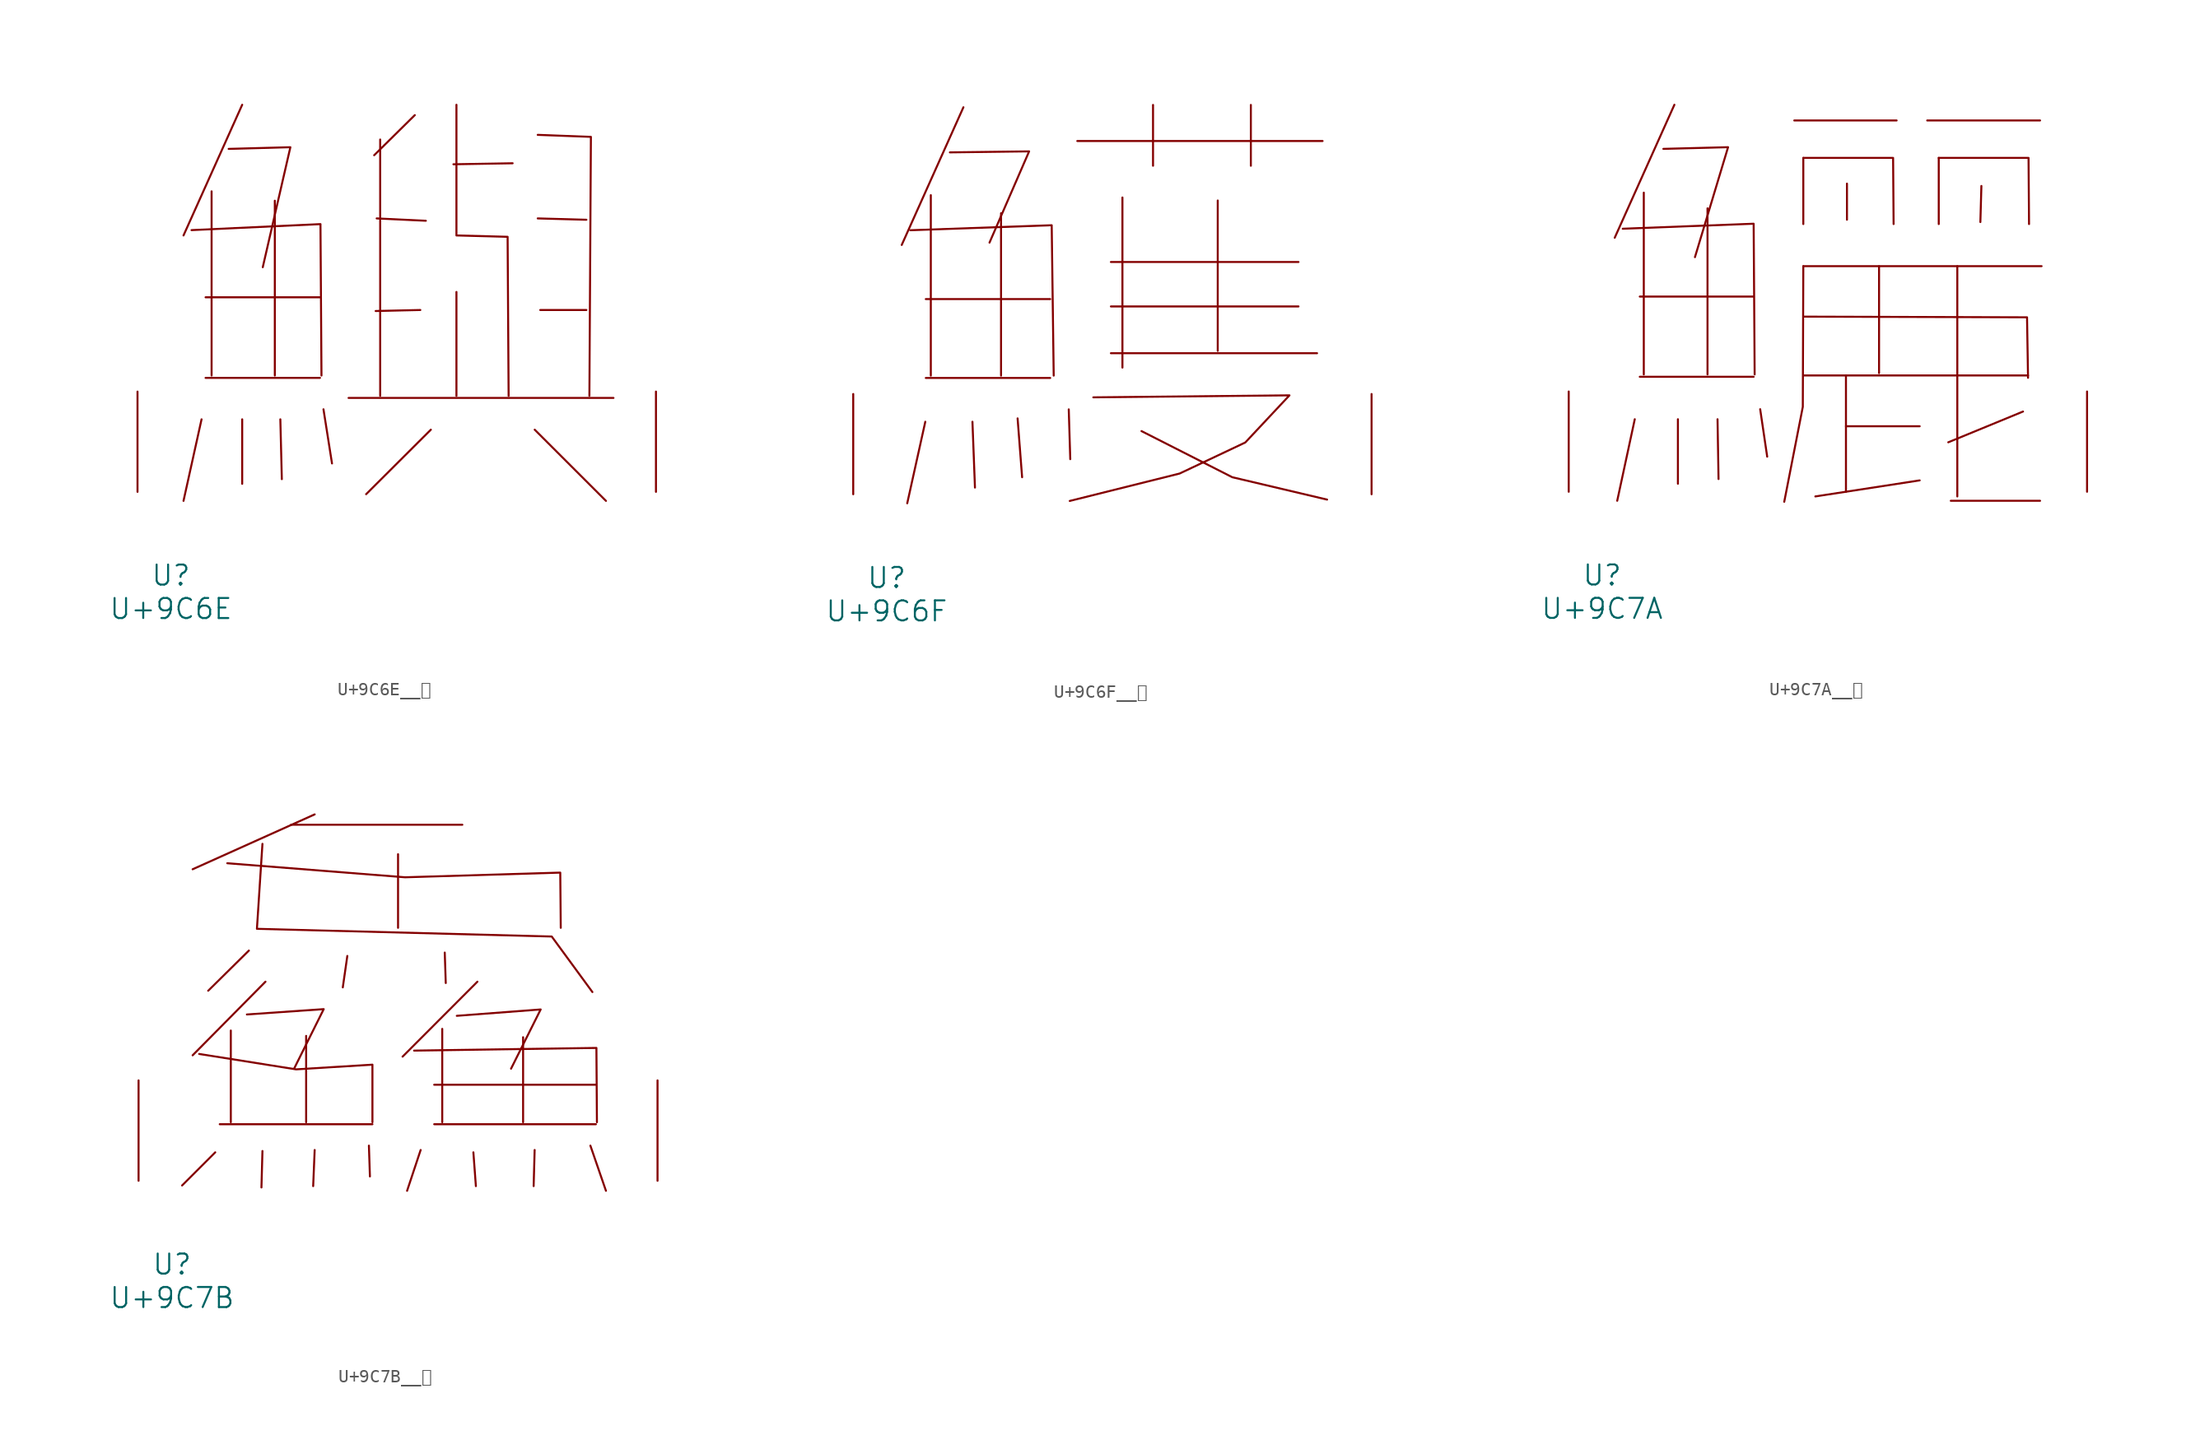
<source format=kicad_sym>
(kicad_symbol_lib
  (version 20231120)
  (generator "kicad_symbol_editor")
  (generator_version "8.0")
  (symbol "U+9C6E__鱮"
    (pin_names
      (offset 1.016))
    (property "Reference" "U"
      (at 0 -6.35 0)
      (effects (font (size 1.524 1.524))))
    (property "Value" "U+9C6E"
      (at 0 -8.89 0)
      (effects (font (size 1.524 1.524))))
    (symbol "U+9C6E__鱮_0_1"
      (polyline (pts (xy 2.324 5.512) (xy 0.953 -0.686)) (stroke (width 0) (type solid)) (fill (type none)))
      (polyline (pts (xy 2.629 8.661) (xy 11.316 8.661)) (stroke (width 0) (type solid)) (fill (type none)))
      (polyline (pts (xy 2.629 14.783) (xy 11.316 14.783)) (stroke (width 0) (type solid)) (fill (type none)))
      (polyline (pts (xy 3.086 22.835) (xy 3.086 8.839)) (stroke (width 0) (type solid)) (fill (type none)))
      (polyline (pts (xy 5.41 5.512) (xy 5.41 0.61)) (stroke (width 0) (type solid)) (fill (type none)))
      (polyline (pts (xy 5.41 29.413) (xy 0.953 19.482)) (stroke (width 0) (type solid)) (fill (type none)))
      (polyline (pts (xy 7.887 22.123) (xy 7.887 8.839)) (stroke (width 0) (type solid)) (fill (type none)))
      (polyline (pts (xy 8.306 5.512) (xy 8.42 0.965)) (stroke (width 0) (type solid)) (fill (type none)))
      (polyline (pts (xy 11.582 6.274) (xy 12.23 2.159)) (stroke (width 0) (type solid)) (fill (type none)))
      (polyline (pts (xy 13.487 7.137) (xy 33.604 7.137)) (stroke (width 0) (type solid)) (fill (type none)))
      (polyline (pts (xy 15.621 20.777) (xy 19.355 20.599)) (stroke (width 0) (type solid)) (fill (type none)))
      (polyline (pts (xy 15.888 26.772) (xy 15.888 7.29)) (stroke (width 0) (type solid)) (fill (type none)))
      (polyline (pts (xy 18.517 28.626) (xy 15.431 25.578)) (stroke (width 0) (type solid)) (fill (type none)))
      (polyline (pts (xy 18.936 13.818) (xy 15.545 13.741)) (stroke (width 0) (type solid)) (fill (type none)))
      (polyline (pts (xy 19.736 4.724) (xy 14.821 -0.178)) (stroke (width 0) (type solid)) (fill (type none)))
      (polyline (pts (xy 21.679 15.189) (xy 21.679 7.29)) (stroke (width 0) (type solid)) (fill (type none)))
      (polyline (pts (xy 25.946 24.968) (xy 21.45 24.892)) (stroke (width 0) (type solid)) (fill (type none)))
      (polyline (pts (xy 27.622 4.724) (xy 33.033 -0.686)) (stroke (width 0) (type solid)) (fill (type none)))
      (polyline (pts (xy 28.042 13.818) (xy 31.547 13.818)) (stroke (width 0) (type solid)) (fill (type none)))
      (polyline (pts (xy 31.547 20.676) (xy 27.851 20.777)) (stroke (width 0) (type solid)) (fill (type none)))
      (polyline (pts (xy 1.562 19.888) (xy 11.354 20.345) (xy 11.43 8.839)) (stroke (width 0) (type solid)) (fill (type none)))
      (polyline (pts (xy 4.381 26.06) (xy 9.068 26.187) (xy 6.972 17.069)) (stroke (width 0) (type solid)) (fill (type none)))
      (polyline (pts (xy 27.851 27.127) (xy 31.89 26.975) (xy 31.775 7.29)) (stroke (width 0) (type solid)) (fill (type none)))
      (polyline (pts (xy 21.679 29.413) (xy 21.679 19.482) (xy 25.565 19.38) (xy 25.641 7.29)) (stroke (width 0) (type solid)) (fill (type none)))
      (pin input line (at -2.54 0 90) (length 7.62) (name "~" (effects (font (size 1.27 1.27)))) (number "~" (effects (font (size 1.27 1.27)))))
      (pin input line (at 36.83 0 90) (length 7.62) (name "~" (effects (font (size 1.27 1.27)))) (number "~" (effects (font (size 1.27 1.27)))))))
  (symbol "U+9C6F__鱯"
    (pin_names
      (offset 1.016))
    (property "Reference" "U"
      (at 0 -6.35 0)
      (effects (font (size 1.524 1.524))))
    (property "Value" "U+9C6F"
      (at 0 -8.89 0)
      (effects (font (size 1.524 1.524))))
    (symbol "U+9C6F__鱯_0_1"
      (polyline (pts (xy 2.934 5.512) (xy 1.562 -0.686)) (stroke (width 0) (type solid)) (fill (type none)))
      (polyline (pts (xy 2.972 8.839) (xy 12.421 8.839)) (stroke (width 0) (type solid)) (fill (type none)))
      (polyline (pts (xy 2.972 14.834) (xy 12.421 14.834)) (stroke (width 0) (type solid)) (fill (type none)))
      (polyline (pts (xy 3.353 22.733) (xy 3.353 9.017)) (stroke (width 0) (type solid)) (fill (type none)))
      (polyline (pts (xy 5.829 29.413) (xy 1.143 18.948)) (stroke (width 0) (type solid)) (fill (type none)))
      (polyline (pts (xy 6.515 5.512) (xy 6.706 0.508)) (stroke (width 0) (type solid)) (fill (type none)))
      (polyline (pts (xy 8.687 21.361) (xy 8.687 9.017)) (stroke (width 0) (type solid)) (fill (type none)))
      (polyline (pts (xy 9.944 5.766) (xy 10.287 1.295)) (stroke (width 0) (type solid)) (fill (type none)))
      (polyline (pts (xy 13.83 6.452) (xy 13.945 2.667)) (stroke (width 0) (type solid)) (fill (type none)))
      (polyline (pts (xy 14.478 26.848) (xy 33.109 26.848)) (stroke (width 0) (type solid)) (fill (type none)))
      (polyline (pts (xy 17.031 10.719) (xy 32.69 10.719)) (stroke (width 0) (type solid)) (fill (type none)))
      (polyline (pts (xy 17.031 14.275) (xy 31.28 14.275)) (stroke (width 0) (type solid)) (fill (type none)))
      (polyline (pts (xy 17.031 17.653) (xy 31.28 17.653)) (stroke (width 0) (type solid)) (fill (type none)))
      (polyline (pts (xy 17.907 22.555) (xy 17.907 9.627)) (stroke (width 0) (type solid)) (fill (type none)))
      (polyline (pts (xy 20.231 29.591) (xy 20.231 24.968)) (stroke (width 0) (type solid)) (fill (type none)))
      (polyline (pts (xy 25.146 22.327) (xy 25.146 10.897)) (stroke (width 0) (type solid)) (fill (type none)))
      (polyline (pts (xy 27.661 29.591) (xy 27.661 24.968)) (stroke (width 0) (type solid)) (fill (type none)))
      (polyline (pts (xy 1.791 20.066) (xy 12.535 20.447) (xy 12.687 9.017)) (stroke (width 0) (type solid)) (fill (type none)))
      (polyline (pts (xy 4.801 25.984) (xy 10.82 26.06) (xy 7.811 19.126)) (stroke (width 0) (type solid)) (fill (type none)))
      (polyline (pts (xy 19.355 4.801) (xy 26.251 1.295) (xy 33.452 -0.406)) (stroke (width 0) (type solid)) (fill (type none)))
      (polyline (pts (xy 15.697 7.366) (xy 30.594 7.518) (xy 27.241 3.937) (xy 22.25 1.575) (xy 13.906 -0.508)) (stroke (width 0) (type solid)) (fill (type none)))
      (pin input line (at -2.54 0 90) (length 7.62) (name "~" (effects (font (size 1.27 1.27)))) (number "~" (effects (font (size 1.27 1.27)))))
      (pin input line (at 36.83 0 90) (length 7.62) (name "~" (effects (font (size 1.27 1.27)))) (number "~" (effects (font (size 1.27 1.27)))))))
  (symbol "U+9C7A__鱺"
    (pin_names
      (offset 1.016))
    (property "Reference" "U"
      (at 0 -6.35 0)
      (effects (font (size 1.524 1.524))))
    (property "Value" "U+9C7A"
      (at 0 -8.89 0)
      (effects (font (size 1.524 1.524))))
    (symbol "U+9C7A__鱺_0_1"
      (polyline (pts (xy 2.477 5.512) (xy 1.143 -0.686)) (stroke (width 0) (type solid)) (fill (type none)))
      (polyline (pts (xy 2.857 8.738) (xy 11.506 8.738)) (stroke (width 0) (type solid)) (fill (type none)))
      (polyline (pts (xy 2.857 14.834) (xy 11.506 14.834)) (stroke (width 0) (type solid)) (fill (type none)))
      (polyline (pts (xy 3.162 22.733) (xy 3.162 8.915)) (stroke (width 0) (type solid)) (fill (type none)))
      (polyline (pts (xy 5.486 29.413) (xy 0.953 19.304)) (stroke (width 0) (type solid)) (fill (type none)))
      (polyline (pts (xy 5.753 5.512) (xy 5.753 0.61)) (stroke (width 0) (type solid)) (fill (type none)))
      (polyline (pts (xy 8.001 21.539) (xy 8.001 8.915)) (stroke (width 0) (type solid)) (fill (type none)))
      (polyline (pts (xy 8.763 5.512) (xy 8.839 0.965)) (stroke (width 0) (type solid)) (fill (type none)))
      (polyline (pts (xy 12.002 6.274) (xy 12.535 2.667)) (stroke (width 0) (type solid)) (fill (type none)))
      (polyline (pts (xy 14.592 28.219) (xy 22.365 28.219)) (stroke (width 0) (type solid)) (fill (type none)))
      (polyline (pts (xy 15.278 8.839) (xy 32.347 8.839)) (stroke (width 0) (type solid)) (fill (type none)))
      (polyline (pts (xy 15.278 17.145) (xy 33.376 17.145)) (stroke (width 0) (type solid)) (fill (type none)))
      (polyline (pts (xy 15.278 25.375) (xy 15.278 20.345)) (stroke (width 0) (type solid)) (fill (type none)))
      (polyline (pts (xy 18.517 4.978) (xy 24.117 4.978)) (stroke (width 0) (type solid)) (fill (type none)))
      (polyline (pts (xy 18.517 8.839) (xy 18.517 0)) (stroke (width 0) (type solid)) (fill (type none)))
      (polyline (pts (xy 18.593 23.419) (xy 18.593 20.676)) (stroke (width 0) (type solid)) (fill (type none)))
      (polyline (pts (xy 21.031 17.145) (xy 21.031 9.017)) (stroke (width 0) (type solid)) (fill (type none)))
      (polyline (pts (xy 24.117 0.864) (xy 16.192 -0.356)) (stroke (width 0) (type solid)) (fill (type none)))
      (polyline (pts (xy 24.689 28.219) (xy 33.261 28.219)) (stroke (width 0) (type solid)) (fill (type none)))
      (polyline (pts (xy 25.565 25.375) (xy 25.565 20.345)) (stroke (width 0) (type solid)) (fill (type none)))
      (polyline (pts (xy 26.48 -0.686) (xy 33.261 -0.686)) (stroke (width 0) (type solid)) (fill (type none)))
      (polyline (pts (xy 26.975 17.145) (xy 26.975 -0.356)) (stroke (width 0) (type solid)) (fill (type none)))
      (polyline (pts (xy 28.804 23.241) (xy 28.727 20.498)) (stroke (width 0) (type solid)) (fill (type none)))
      (polyline (pts (xy 31.966 6.096) (xy 26.289 3.759)) (stroke (width 0) (type solid)) (fill (type none)))
      (polyline (pts (xy 1.562 19.99) (xy 11.506 20.371) (xy 11.582 8.915)) (stroke (width 0) (type solid)) (fill (type none)))
      (polyline (pts (xy 4.648 26.06) (xy 9.563 26.187) (xy 7.048 17.831)) (stroke (width 0) (type solid)) (fill (type none)))
      (polyline (pts (xy 15.278 13.31) (xy 32.271 13.259) (xy 32.347 8.661)) (stroke (width 0) (type solid)) (fill (type none)))
      (polyline (pts (xy 15.278 17.145) (xy 15.24 6.452) (xy 13.83 -0.762)) (stroke (width 0) (type solid)) (fill (type none)))
      (polyline (pts (xy 15.278 25.375) (xy 22.098 25.375) (xy 22.136 20.345)) (stroke (width 0) (type solid)) (fill (type none)))
      (polyline (pts (xy 25.565 25.375) (xy 32.385 25.375) (xy 32.423 20.345)) (stroke (width 0) (type solid)) (fill (type none)))
      (pin input line (at -2.54 0 90) (length 7.62) (name "~" (effects (font (size 1.27 1.27)))) (number "~" (effects (font (size 1.27 1.27)))))
      (pin input line (at 36.83 0 90) (length 7.62) (name "~" (effects (font (size 1.27 1.27)))) (number "~" (effects (font (size 1.27 1.27)))))))
  (symbol "U+9C7B__鱻"
    (pin_names
      (offset 1.016))
    (property "Reference" "U"
      (at 0 -6.35 0)
      (effects (font (size 1.524 1.524))))
    (property "Value" "U+9C7B"
      (at 0 -8.89 0)
      (effects (font (size 1.524 1.524))))
    (symbol "U+9C7B__鱻_0_1"
      (polyline (pts (xy 3.277 2.159) (xy 0.762 -0.356)) (stroke (width 0) (type solid)) (fill (type none)))
      (polyline (pts (xy 3.619 4.293) (xy 15.202 4.293)) (stroke (width 0) (type solid)) (fill (type none)))
      (polyline (pts (xy 4.458 11.405) (xy 4.458 4.445)) (stroke (width 0) (type solid)) (fill (type none)))
      (polyline (pts (xy 5.829 17.475) (xy 2.743 14.427)) (stroke (width 0) (type solid)) (fill (type none)))
      (polyline (pts (xy 6.858 2.261) (xy 6.782 -0.508)) (stroke (width 0) (type solid)) (fill (type none)))
      (polyline (pts (xy 7.087 15.113) (xy 1.562 9.525)) (stroke (width 0) (type solid)) (fill (type none)))
      (polyline (pts (xy 9.03 27.026) (xy 22.022 27.026)) (stroke (width 0) (type solid)) (fill (type none)))
      (polyline (pts (xy 10.173 10.998) (xy 10.173 4.445)) (stroke (width 0) (type solid)) (fill (type none)))
      (polyline (pts (xy 10.82 2.337) (xy 10.706 -0.406)) (stroke (width 0) (type solid)) (fill (type none)))
      (polyline (pts (xy 10.82 27.813) (xy 1.562 23.647)) (stroke (width 0) (type solid)) (fill (type none)))
      (polyline (pts (xy 13.297 17.069) (xy 12.954 14.681)) (stroke (width 0) (type solid)) (fill (type none)))
      (polyline (pts (xy 14.935 2.667) (xy 15.011 0.33)) (stroke (width 0) (type solid)) (fill (type none)))
      (polyline (pts (xy 17.145 24.79) (xy 17.145 19.202)) (stroke (width 0) (type solid)) (fill (type none)))
      (polyline (pts (xy 18.86 2.337) (xy 17.831 -0.762)) (stroke (width 0) (type solid)) (fill (type none)))
      (polyline (pts (xy 19.888 4.293) (xy 32.156 4.293)) (stroke (width 0) (type solid)) (fill (type none)))
      (polyline (pts (xy 19.888 7.29) (xy 32.156 7.29)) (stroke (width 0) (type solid)) (fill (type none)))
      (polyline (pts (xy 20.498 11.532) (xy 20.498 4.445)) (stroke (width 0) (type solid)) (fill (type none)))
      (polyline (pts (xy 20.688 17.323) (xy 20.765 15.011)) (stroke (width 0) (type solid)) (fill (type none)))
      (polyline (pts (xy 22.86 2.159) (xy 23.05 -0.406)) (stroke (width 0) (type solid)) (fill (type none)))
      (polyline (pts (xy 23.165 15.113) (xy 17.488 9.423)) (stroke (width 0) (type solid)) (fill (type none)))
      (polyline (pts (xy 26.632 10.897) (xy 26.632 4.445)) (stroke (width 0) (type solid)) (fill (type none)))
      (polyline (pts (xy 27.508 2.337) (xy 27.432 -0.406)) (stroke (width 0) (type solid)) (fill (type none)))
      (polyline (pts (xy 31.737 2.667) (xy 32.918 -0.762)) (stroke (width 0) (type solid)) (fill (type none)))
      (polyline (pts (xy 5.677 12.624) (xy 11.506 13.03) (xy 9.258 8.509)) (stroke (width 0) (type solid)) (fill (type none)))
      (polyline (pts (xy 18.364 9.881) (xy 32.194 10.084) (xy 32.233 4.445)) (stroke (width 0) (type solid)) (fill (type none)))
      (polyline (pts (xy 21.603 12.522) (xy 27.965 13.005) (xy 25.718 8.509)) (stroke (width 0) (type solid)) (fill (type none)))
      (polyline (pts (xy 2.057 9.627) (xy 9.411 8.458) (xy 15.202 8.814) (xy 15.202 4.445)) (stroke (width 0) (type solid)) (fill (type none)))
      (polyline (pts (xy 4.191 24.105) (xy 17.678 23.038) (xy 29.451 23.393) (xy 29.489 19.202)) (stroke (width 0) (type solid)) (fill (type none)))
      (polyline (pts (xy 6.858 25.578) (xy 6.439 19.126) (xy 28.804 18.542) (xy 31.89 14.326)) (stroke (width 0) (type solid)) (fill (type none)))
      (pin input line (at -2.54 0 90) (length 7.62) (name "~" (effects (font (size 1.27 1.27)))) (number "~" (effects (font (size 1.27 1.27)))))
      (pin input line (at 36.83 0 90) (length 7.62) (name "~" (effects (font (size 1.27 1.27)))) (number "~" (effects (font (size 1.27 1.27))))))))
</source>
